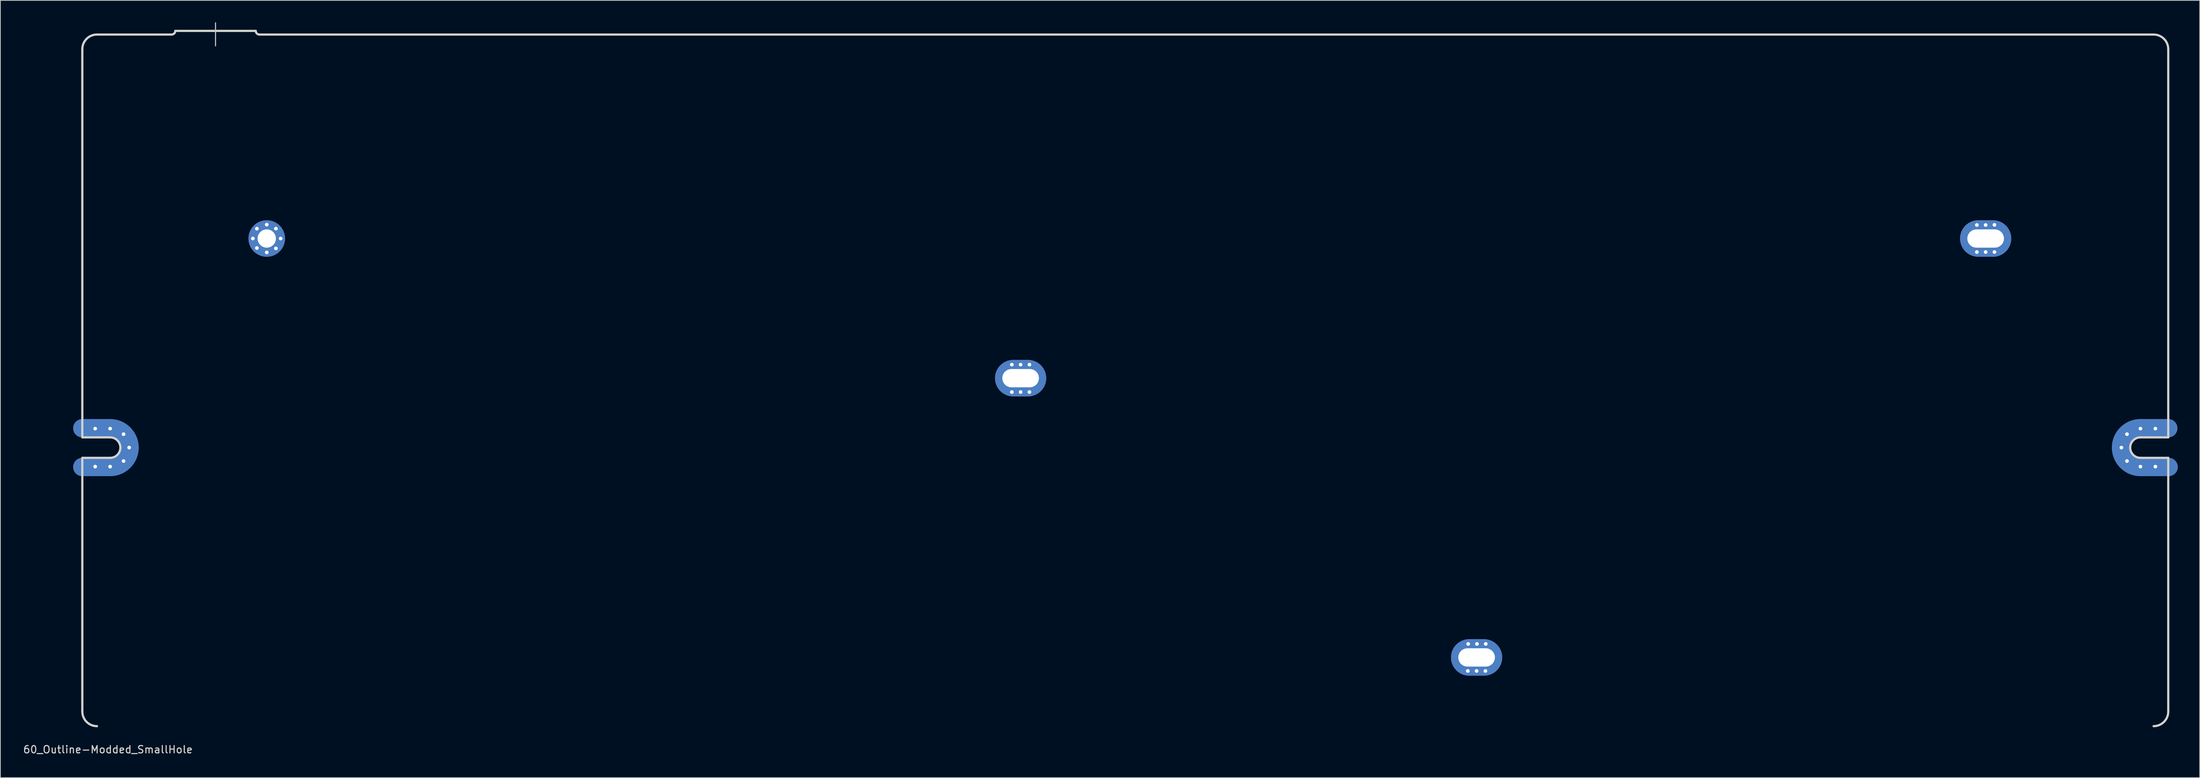
<source format=kicad_pcb>
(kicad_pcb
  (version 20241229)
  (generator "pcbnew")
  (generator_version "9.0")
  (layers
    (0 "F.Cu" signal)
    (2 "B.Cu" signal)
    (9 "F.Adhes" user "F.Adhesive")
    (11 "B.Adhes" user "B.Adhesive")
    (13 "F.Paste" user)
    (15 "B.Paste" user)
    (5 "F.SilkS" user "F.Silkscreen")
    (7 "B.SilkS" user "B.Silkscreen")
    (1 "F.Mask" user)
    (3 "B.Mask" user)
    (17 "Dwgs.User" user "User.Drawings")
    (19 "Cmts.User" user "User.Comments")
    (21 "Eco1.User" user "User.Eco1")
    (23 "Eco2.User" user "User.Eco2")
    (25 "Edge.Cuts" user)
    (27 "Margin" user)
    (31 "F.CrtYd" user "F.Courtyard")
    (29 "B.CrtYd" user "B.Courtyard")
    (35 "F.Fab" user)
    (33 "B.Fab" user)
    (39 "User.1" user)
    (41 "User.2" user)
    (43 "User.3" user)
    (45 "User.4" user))
  (footprint "60_Outline-Modded_SmallHole"
    (layer "F.Cu")
    (at 150.696 48.975)
    (property "Reference" "60_Outline-Modded_SmallHole" (at -139 50.5 0) (layer "Edge.Cuts") (effects (font (size 1 1) (thickness 0.15))))
    (attr through_hole)
    (fp_line (start -142.5 6.549) (end -138.7 6.549) (stroke (width 2.502) (type solid)) (layer "F.Cu"))
    (fp_line (start -142.5 11.851) (end -138.7 11.851) (stroke (width 2.502) (type solid)) (layer "F.Cu"))
    (fp_line (start 138.7 6.549) (end 142.5 6.549) (stroke (width 2.502) (type solid)) (layer "F.Cu"))
    (fp_line (start 138.7 11.851) (end 142.55 11.851) (stroke (width 2.502) (type solid)) (layer "F.Cu"))
    (fp_arc (start -138.7 6.54905) (mid -136.825495 7.325495) (end -136.04905 9.2) (stroke (width 2.5019) (type solid)) (layer "F.Cu"))
    (fp_arc (start -136.04905 9.2) (mid -136.825495 11.074505) (end -138.7 11.85095) (stroke (width 2.5019) (type solid)) (layer "F.Cu"))
    (fp_arc (start 136.04905 9.2) (mid 136.825495 7.325495) (end 138.7 6.54905) (stroke (width 2.5019) (type solid)) (layer "F.Cu"))
    (fp_arc (start 138.7 11.85095) (mid 136.825495 11.074505) (end 136.04905 9.2) (stroke (width 2.5019) (type solid)) (layer "F.Cu"))
    (fp_line (start -142.5 6.549) (end -138.7 6.549) (stroke (width 2.502) (type solid)) (layer "F.Mask"))
    (fp_line (start -142.5 11.851) (end -138.7 11.851) (stroke (width 2.502) (type solid)) (layer "F.Mask"))
    (fp_line (start 138.7 6.549) (end 142.5 6.549) (stroke (width 2.502) (type solid)) (layer "F.Mask"))
    (fp_line (start 138.7 11.851) (end 142.55 11.851) (stroke (width 2.502) (type solid)) (layer "F.Mask"))
    (fp_arc (start -138.7 6.54905) (mid -136.825495 7.325495) (end -136.04905 9.2) (stroke (width 2.5019) (type solid)) (layer "F.Mask"))
    (fp_arc (start -136.04905 9.2) (mid -136.825495 11.074505) (end -138.7 11.85095) (stroke (width 2.5019) (type solid)) (layer "F.Mask"))
    (fp_arc (start 136.04905 9.2) (mid 136.825495 7.325495) (end 138.7 6.54905) (stroke (width 2.5019) (type solid)) (layer "F.Mask"))
    (fp_arc (start 138.7 11.85095) (mid 136.825495 11.074505) (end 136.04905 9.2) (stroke (width 2.5019) (type solid)) (layer "F.Mask"))
    (fp_line (start -142.5 6.549) (end -138.7 6.549) (stroke (width 2.502) (type solid)) (layer "B.Cu"))
    (fp_line (start -142.5 11.851) (end -138.7 11.851) (stroke (width 2.502) (type solid)) (layer "B.Cu"))
    (fp_line (start 138.7 6.549) (end 142.5 6.549) (stroke (width 2.502) (type solid)) (layer "B.Cu"))
    (fp_line (start 138.7 11.851) (end 142.55 11.851) (stroke (width 2.502) (type solid)) (layer "B.Cu"))
    (fp_arc (start -138.7 6.54905) (mid -136.825495 7.325495) (end -136.04905 9.2) (stroke (width 2.5019) (type solid)) (layer "B.Cu"))
    (fp_arc (start -136.04905 9.2) (mid -136.825495 11.074505) (end -138.7 11.85095) (stroke (width 2.5019) (type solid)) (layer "B.Cu"))
    (fp_arc (start 136.04905 9.2) (mid 136.825495 7.325495) (end 138.7 6.54905) (stroke (width 2.5019) (type solid)) (layer "B.Cu"))
    (fp_arc (start 138.7 11.85095) (mid 136.825495 11.074505) (end 136.04905 9.2) (stroke (width 2.5019) (type solid)) (layer "B.Cu"))
    (fp_line (start -142.5 6.549) (end -138.7 6.549) (stroke (width 2.502) (type solid)) (layer "B.Mask"))
    (fp_line (start -142.5 11.851) (end -138.7 11.851) (stroke (width 2.502) (type solid)) (layer "B.Mask"))
    (fp_line (start 138.7 6.549) (end 142.5 6.549) (stroke (width 2.502) (type solid)) (layer "B.Mask"))
    (fp_line (start 138.7 11.851) (end 142.55 11.851) (stroke (width 2.502) (type solid)) (layer "B.Mask"))
    (fp_arc (start -138.7 6.54905) (mid -136.825495 7.325495) (end -136.04905 9.2) (stroke (width 2.5019) (type solid)) (layer "B.Mask"))
    (fp_arc (start -136.04905 9.2) (mid -136.825495 11.074505) (end -138.7 11.85095) (stroke (width 2.5019) (type solid)) (layer "B.Mask"))
    (fp_arc (start 136.04905 9.2) (mid 136.825495 7.325495) (end 138.7 6.54905) (stroke (width 2.5019) (type solid)) (layer "B.Mask"))
    (fp_arc (start 138.7 11.85095) (mid 136.825495 11.074505) (end 136.04905 9.2) (stroke (width 2.5019) (type solid)) (layer "B.Mask"))
    (fp_line (start -124.3 -48.9) (end -124.3 -45.75) (stroke (width 0.15) (type solid)) (layer "Dwgs.User"))
    (fp_line (start -142.5 7.8) (end -142.5 -45.3) (stroke (width 0.3) (type solid)) (layer "Edge.Cuts"))
    (fp_line (start -142.5 10.6) (end -138.7 10.6) (stroke (width 0.3) (type solid)) (layer "Edge.Cuts"))
    (fp_line (start -142.5 45.3) (end -142.5 10.6) (stroke (width 0.3) (type solid)) (layer "Edge.Cuts"))
    (fp_line (start -140.5 -47.3) (end -130.3 -47.3) (stroke (width 0.3) (type solid)) (layer "Edge.Cuts"))
    (fp_line (start -138.7 7.8) (end -142.5 7.8) (stroke (width 0.3) (type solid)) (layer "Edge.Cuts"))
    (fp_line (start -129.8 -47.8) (end -118.8 -47.8) (stroke (width 0.3) (type solid)) (layer "Edge.Cuts"))
    (fp_line (start 138.7 7.8) (end 142.5 7.8) (stroke (width 0.3) (type solid)) (layer "Edge.Cuts"))
    (fp_line (start 138.7 10.6) (end 142.5 10.6) (stroke (width 0.3) (type solid)) (layer "Edge.Cuts"))
    (fp_line (start 140.5 -47.3) (end -118.3 -47.3) (stroke (width 0.3) (type solid)) (layer "Edge.Cuts"))
    (fp_line (start 142.5 7.8) (end 142.5 -45.3) (stroke (width 0.3) (type solid)) (layer "Edge.Cuts"))
    (fp_line (start 142.5 10.6) (end 142.5 45.3) (stroke (width 0.3) (type solid)) (layer "Edge.Cuts"))
    (fp_arc (start -142.5 -45.3) (mid -141.914214 -46.714214) (end -140.5 -47.3) (stroke (width 0.3) (type solid)) (layer "Edge.Cuts"))
    (fp_arc (start -140.5 47.3) (mid -141.914214 46.714214) (end -142.5 45.3) (stroke (width 0.3) (type solid)) (layer "Edge.Cuts"))
    (fp_arc (start -138.7 7.8) (mid -137.710051 8.210051) (end -137.3 9.2) (stroke (width 0.3) (type solid)) (layer "Edge.Cuts"))
    (fp_arc (start -137.3 9.2) (mid -137.710051 10.189949) (end -138.7 10.6) (stroke (width 0.3) (type solid)) (layer "Edge.Cuts"))
    (fp_arc (start -129.8 -47.8) (mid -129.946447 -47.446447) (end -130.3 -47.3) (stroke (width 0.3) (type solid)) (layer "Edge.Cuts"))
    (fp_arc (start -118.3 -47.3) (mid -118.653553 -47.446447) (end -118.8 -47.8) (stroke (width 0.3) (type solid)) (layer "Edge.Cuts"))
    (fp_arc (start 137.3 9.2) (mid 137.710051 8.210051) (end 138.7 7.8) (stroke (width 0.3) (type solid)) (layer "Edge.Cuts"))
    (fp_arc (start 138.7 10.6) (mid 137.710051 10.189949) (end 137.3 9.2) (stroke (width 0.3) (type solid)) (layer "Edge.Cuts"))
    (fp_arc (start 140.5 -47.3) (mid 141.914214 -46.714214) (end 142.5 -45.3) (stroke (width 0.3) (type solid)) (layer "Edge.Cuts"))
    (fp_arc (start 142.5 45.3) (mid 141.914214 46.714214) (end 140.5 47.3) (stroke (width 0.3) (type solid)) (layer "Edge.Cuts"))
    (pad "1" thru_hole circle (at -140.742 6.6) (size 1 1) (drill 0.5) (layers "*.Cu" "*.Mask"))
    (pad "1" thru_hole circle (at -140.742 11.8) (size 1 1) (drill 0.5) (layers "*.Cu" "*.Mask"))
    (pad "1" thru_hole circle (at -138.7 6.6) (size 1 1) (drill 0.5) (layers "*.Cu" "*.Mask"))
    (pad "1" thru_hole circle (at -138.7 11.8) (size 1 1) (drill 0.5) (layers "*.Cu" "*.Mask"))
    (pad "1" thru_hole circle (at -136.862 7.362) (size 1 1) (drill 0.5) (layers "*.Cu" "*.Mask"))
    (pad "1" thru_hole circle (at -136.862 11.038) (size 1 1) (drill 0.5) (layers "*.Cu" "*.Mask"))
    (pad "1" thru_hole circle (at -136.1 9.2) (size 1 1) (drill 0.5) (layers "*.Cu" "*.Mask"))
    (pad "1" thru_hole circle (at -119.2 -19.4) (size 1 1) (drill 0.5) (layers "*.Cu" "*.Mask"))
    (pad "1" thru_hole circle (at -118.65 -20.75) (size 1 1) (drill 0.5) (layers "*.Cu" "*.Mask"))
    (pad "1" thru_hole circle (at -118.65 -18.1) (size 1 1) (drill 0.5) (layers "*.Cu" "*.Mask"))
    (pad "1" thru_hole circle (at -117.3 -21.3) (size 1 1) (drill 0.5) (layers "*.Cu" "*.Mask"))
    (pad "1" thru_hole circle (at -117.3 -19.4) (size 5 5) (drill 2.499) (layers "*.Cu" "*.Mask"))
    (pad "1" thru_hole circle (at -117.3 -17.5) (size 1 1) (drill 0.5) (layers "*.Cu" "*.Mask"))
    (pad "1" thru_hole circle (at -116.05 -20.75) (size 1 1) (drill 0.5) (layers "*.Cu" "*.Mask"))
    (pad "1" thru_hole circle (at -116.05 -18.05) (size 1 1) (drill 0.5) (layers "*.Cu" "*.Mask"))
    (pad "1" thru_hole circle (at -115.4 -19.4) (size 1 1) (drill 0.5) (layers "*.Cu" "*.Mask"))
    (pad "1" thru_hole circle (at -15.5 -2.15) (size 1 1) (drill 0.5) (layers "*.Cu" "*.Mask"))
    (pad "1" thru_hole circle (at -15.5 1.6) (size 1 1) (drill 0.5) (layers "*.Cu" "*.Mask"))
    (pad "1" thru_hole circle (at -14.3 -2.15) (size 1 1) (drill 0.5) (layers "*.Cu" "*.Mask"))
    (pad "1" thru_hole oval (at -14.3 -0.3) (size 7 5) (drill oval 5.001 2.499) (layers "*.Cu" "*.Mask"))
    (pad "1" thru_hole circle (at -14.3 1.6) (size 1 1) (drill 0.5) (layers "*.Cu" "*.Mask"))
    (pad "1" thru_hole circle (at -13.1 -2.15) (size 1 1) (drill 0.5) (layers "*.Cu" "*.Mask"))
    (pad "1" thru_hole circle (at -13.1 1.6) (size 1 1) (drill 0.5) (layers "*.Cu" "*.Mask"))
    (pad "1" thru_hole circle (at 46.8 39.75) (size 1 1) (drill 0.5) (layers "*.Cu" "*.Mask"))
    (pad "1" thru_hole circle (at 46.85 36.05) (size 1 1) (drill 0.5) (layers "*.Cu" "*.Mask"))
    (pad "1" thru_hole oval (at 48 37.9) (size 7 5) (drill oval 5.001 2.499) (layers "*.Cu" "*.Mask"))
    (pad "1" thru_hole circle (at 48 39.75) (size 1 1) (drill 0.5) (layers "*.Cu" "*.Mask"))
    (pad "1" thru_hole circle (at 48.05 36.05) (size 1 1) (drill 0.5) (layers "*.Cu" "*.Mask"))
    (pad "1" thru_hole circle (at 49.2 39.75) (size 1 1) (drill 0.5) (layers "*.Cu" "*.Mask"))
    (pad "1" thru_hole circle (at 49.25 36.05) (size 1 1) (drill 0.5) (layers "*.Cu" "*.Mask"))
    (pad "1" thru_hole circle (at 116.35 -21.25) (size 1 1) (drill 0.5) (layers "*.Cu" "*.Mask"))
    (pad "1" thru_hole circle (at 116.35 -17.55) (size 1 1) (drill 0.5) (layers "*.Cu" "*.Mask"))
    (pad "1" thru_hole circle (at 117.55 -21.25) (size 1 1) (drill 0.5) (layers "*.Cu" "*.Mask"))
    (pad "1" thru_hole oval (at 117.55 -19.4) (size 7 5) (drill oval 5.001 2.499) (layers "*.Cu" "*.Mask"))
    (pad "1" thru_hole circle (at 117.55 -17.55) (size 1 1) (drill 0.5) (layers "*.Cu" "*.Mask"))
    (pad "1" thru_hole circle (at 118.75 -21.267) (size 1 1) (drill 0.5) (layers "*.Cu" "*.Mask"))
    (pad "1" thru_hole circle (at 118.75 -17.55) (size 1 1) (drill 0.5) (layers "*.Cu" "*.Mask"))
    (pad "1" thru_hole circle (at 136.1 9.2) (size 1 1) (drill 0.5) (layers "*.Cu" "*.Mask"))
    (pad "1" thru_hole circle (at 136.862 7.362) (size 1 1) (drill 0.5) (layers "*.Cu" "*.Mask"))
    (pad "1" thru_hole circle (at 136.862 11.038) (size 1 1) (drill 0.5) (layers "*.Cu" "*.Mask"))
    (pad "1" thru_hole circle (at 138.7 6.6) (size 1 1) (drill 0.5) (layers "*.Cu" "*.Mask"))
    (pad "1" thru_hole circle (at 138.7 11.8) (size 1 1) (drill 0.5) (layers "*.Cu" "*.Mask"))
    (pad "1" thru_hole circle (at 140.742 6.6) (size 1 1) (drill 0.5) (layers "*.Cu" "*.Mask"))
    (pad "1" thru_hole circle (at 140.742 11.8) (size 1 1) (drill 0.5) (layers "*.Cu" "*.Mask")))
  (gr_rect
    (start -3 -3)
    (end 297.497 103.323)
    (stroke (width 0.1) (type default))
    (fill no)
    (layer "Edge.Cuts")))
</source>
